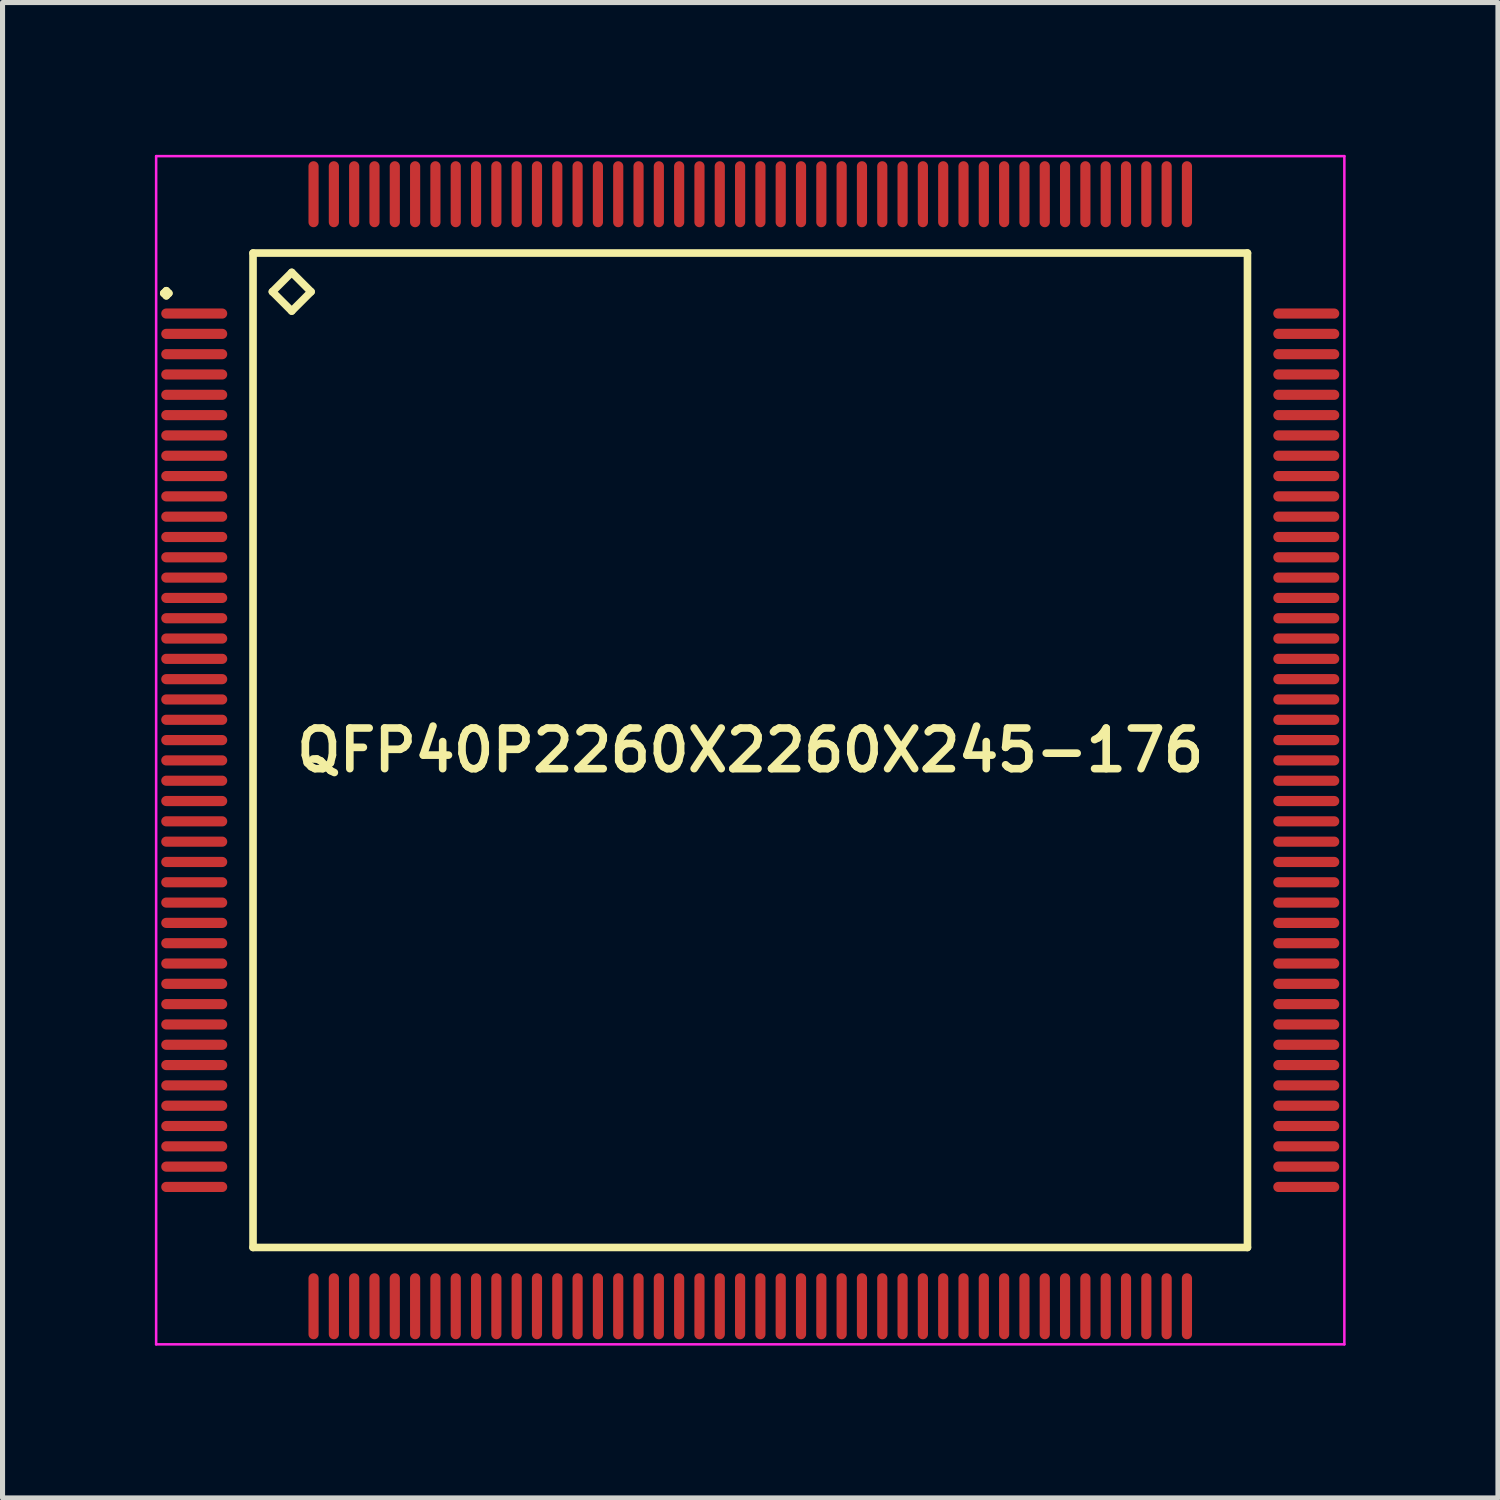
<source format=kicad_pcb>
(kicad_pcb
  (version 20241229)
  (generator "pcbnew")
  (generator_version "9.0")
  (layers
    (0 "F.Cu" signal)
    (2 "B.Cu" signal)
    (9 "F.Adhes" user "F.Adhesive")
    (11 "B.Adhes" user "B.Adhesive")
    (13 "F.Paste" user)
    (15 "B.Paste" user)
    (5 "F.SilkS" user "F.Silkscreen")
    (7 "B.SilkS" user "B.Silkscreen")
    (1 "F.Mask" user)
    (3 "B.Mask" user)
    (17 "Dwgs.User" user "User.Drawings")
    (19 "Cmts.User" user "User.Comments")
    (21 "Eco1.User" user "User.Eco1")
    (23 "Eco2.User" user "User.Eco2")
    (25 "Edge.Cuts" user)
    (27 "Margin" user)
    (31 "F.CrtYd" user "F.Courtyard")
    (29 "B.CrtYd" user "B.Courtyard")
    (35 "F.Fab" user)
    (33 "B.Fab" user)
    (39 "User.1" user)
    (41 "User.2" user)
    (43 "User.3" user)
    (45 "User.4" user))
  (footprint "QFP40P2260X2260X245-176"
    (layer "F.Cu")
    (at 11.725 11.725)
    (property "Reference" "QFP40P2260X2260X245-176" (at 0 0 0) (layer "F.SilkS") (effects (font (size 0.8 0.8) (thickness 0.15))))
    (attr smd)
    (fp_line (start -11.55 -9) (end -11.5 -9.05) (stroke (width 0.15) (type solid)) (layer "F.SilkS"))
    (fp_line (start -11.5 -9.05) (end -11.45 -9) (stroke (width 0.15) (type solid)) (layer "F.SilkS"))
    (fp_line (start -11.5 -8.95) (end -11.55 -9) (stroke (width 0.15) (type solid)) (layer "F.SilkS"))
    (fp_line (start -11.45 -9) (end -11.5 -8.95) (stroke (width 0.15) (type solid)) (layer "F.SilkS"))
    (fp_line (start -9.792 -9.792) (end -9.792 9.792) (stroke (width 0.15) (type solid)) (layer "F.SilkS"))
    (fp_line (start -9.792 9.792) (end 9.792 9.792) (stroke (width 0.15) (type solid)) (layer "F.SilkS"))
    (fp_line (start -9.411 -9.03) (end -9.03 -9.411) (stroke (width 0.15) (type solid)) (layer "F.SilkS"))
    (fp_line (start -9.03 -9.411) (end -8.649 -9.03) (stroke (width 0.15) (type solid)) (layer "F.SilkS"))
    (fp_line (start -9.03 -8.649) (end -9.411 -9.03) (stroke (width 0.15) (type solid)) (layer "F.SilkS"))
    (fp_line (start -8.649 -9.03) (end -9.03 -8.649) (stroke (width 0.15) (type solid)) (layer "F.SilkS"))
    (fp_line (start 9.792 -9.792) (end -9.792 -9.792) (stroke (width 0.15) (type solid)) (layer "F.SilkS"))
    (fp_line (start 9.792 9.792) (end 9.792 -9.792) (stroke (width 0.15) (type solid)) (layer "F.SilkS"))
    (fp_line (start -11.7 -11.7) (end 11.7 -11.7) (stroke (width 0.05) (type solid)) (layer "F.CrtYd"))
    (fp_line (start -11.7 11.7) (end -11.7 -11.7) (stroke (width 0.05) (type solid)) (layer "F.CrtYd"))
    (fp_line (start 11.7 -11.7) (end 11.7 11.7) (stroke (width 0.05) (type solid)) (layer "F.CrtYd"))
    (fp_line (start 11.7 11.7) (end -11.7 11.7) (stroke (width 0.05) (type solid)) (layer "F.CrtYd"))
    (pad "1" smd oval (at -10.95 -8.6) (size 1.3 0.2) (layers "F.Cu" "F.Mask" "F.Paste"))
    (pad "2" smd oval (at -10.95 -8.2) (size 1.3 0.2) (layers "F.Cu" "F.Mask" "F.Paste"))
    (pad "3" smd oval (at -10.95 -7.8) (size 1.3 0.2) (layers "F.Cu" "F.Mask" "F.Paste"))
    (pad "4" smd oval (at -10.95 -7.4) (size 1.3 0.2) (layers "F.Cu" "F.Mask" "F.Paste"))
    (pad "5" smd oval (at -10.95 -7) (size 1.3 0.2) (layers "F.Cu" "F.Mask" "F.Paste"))
    (pad "6" smd oval (at -10.95 -6.6) (size 1.3 0.2) (layers "F.Cu" "F.Mask" "F.Paste"))
    (pad "7" smd oval (at -10.95 -6.2) (size 1.3 0.2) (layers "F.Cu" "F.Mask" "F.Paste"))
    (pad "8" smd oval (at -10.95 -5.8) (size 1.3 0.2) (layers "F.Cu" "F.Mask" "F.Paste"))
    (pad "9" smd oval (at -10.95 -5.4) (size 1.3 0.2) (layers "F.Cu" "F.Mask" "F.Paste"))
    (pad "10" smd oval (at -10.95 -5) (size 1.3 0.2) (layers "F.Cu" "F.Mask" "F.Paste"))
    (pad "11" smd oval (at -10.95 -4.6) (size 1.3 0.2) (layers "F.Cu" "F.Mask" "F.Paste"))
    (pad "12" smd oval (at -10.95 -4.2) (size 1.3 0.2) (layers "F.Cu" "F.Mask" "F.Paste"))
    (pad "13" smd oval (at -10.95 -3.8) (size 1.3 0.2) (layers "F.Cu" "F.Mask" "F.Paste"))
    (pad "14" smd oval (at -10.95 -3.4) (size 1.3 0.2) (layers "F.Cu" "F.Mask" "F.Paste"))
    (pad "15" smd oval (at -10.95 -3) (size 1.3 0.2) (layers "F.Cu" "F.Mask" "F.Paste"))
    (pad "16" smd oval (at -10.95 -2.6) (size 1.3 0.2) (layers "F.Cu" "F.Mask" "F.Paste"))
    (pad "17" smd oval (at -10.95 -2.2) (size 1.3 0.2) (layers "F.Cu" "F.Mask" "F.Paste"))
    (pad "18" smd oval (at -10.95 -1.8) (size 1.3 0.2) (layers "F.Cu" "F.Mask" "F.Paste"))
    (pad "19" smd oval (at -10.95 -1.4) (size 1.3 0.2) (layers "F.Cu" "F.Mask" "F.Paste"))
    (pad "20" smd oval (at -10.95 -1) (size 1.3 0.2) (layers "F.Cu" "F.Mask" "F.Paste"))
    (pad "21" smd oval (at -10.95 -0.6) (size 1.3 0.2) (layers "F.Cu" "F.Mask" "F.Paste"))
    (pad "22" smd oval (at -10.95 -0.2) (size 1.3 0.2) (layers "F.Cu" "F.Mask" "F.Paste"))
    (pad "23" smd oval (at -10.95 0.2) (size 1.3 0.2) (layers "F.Cu" "F.Mask" "F.Paste"))
    (pad "24" smd oval (at -10.95 0.6) (size 1.3 0.2) (layers "F.Cu" "F.Mask" "F.Paste"))
    (pad "25" smd oval (at -10.95 1) (size 1.3 0.2) (layers "F.Cu" "F.Mask" "F.Paste"))
    (pad "26" smd oval (at -10.95 1.4) (size 1.3 0.2) (layers "F.Cu" "F.Mask" "F.Paste"))
    (pad "27" smd oval (at -10.95 1.8) (size 1.3 0.2) (layers "F.Cu" "F.Mask" "F.Paste"))
    (pad "28" smd oval (at -10.95 2.2) (size 1.3 0.2) (layers "F.Cu" "F.Mask" "F.Paste"))
    (pad "29" smd oval (at -10.95 2.6) (size 1.3 0.2) (layers "F.Cu" "F.Mask" "F.Paste"))
    (pad "30" smd oval (at -10.95 3) (size 1.3 0.2) (layers "F.Cu" "F.Mask" "F.Paste"))
    (pad "31" smd oval (at -10.95 3.4) (size 1.3 0.2) (layers "F.Cu" "F.Mask" "F.Paste"))
    (pad "32" smd oval (at -10.95 3.8) (size 1.3 0.2) (layers "F.Cu" "F.Mask" "F.Paste"))
    (pad "33" smd oval (at -10.95 4.2) (size 1.3 0.2) (layers "F.Cu" "F.Mask" "F.Paste"))
    (pad "34" smd oval (at -10.95 4.6) (size 1.3 0.2) (layers "F.Cu" "F.Mask" "F.Paste"))
    (pad "35" smd oval (at -10.95 5) (size 1.3 0.2) (layers "F.Cu" "F.Mask" "F.Paste"))
    (pad "36" smd oval (at -10.95 5.4) (size 1.3 0.2) (layers "F.Cu" "F.Mask" "F.Paste"))
    (pad "37" smd oval (at -10.95 5.8) (size 1.3 0.2) (layers "F.Cu" "F.Mask" "F.Paste"))
    (pad "38" smd oval (at -10.95 6.2) (size 1.3 0.2) (layers "F.Cu" "F.Mask" "F.Paste"))
    (pad "39" smd oval (at -10.95 6.6) (size 1.3 0.2) (layers "F.Cu" "F.Mask" "F.Paste"))
    (pad "40" smd oval (at -10.95 7) (size 1.3 0.2) (layers "F.Cu" "F.Mask" "F.Paste"))
    (pad "41" smd oval (at -10.95 7.4) (size 1.3 0.2) (layers "F.Cu" "F.Mask" "F.Paste"))
    (pad "42" smd oval (at -10.95 7.8) (size 1.3 0.2) (layers "F.Cu" "F.Mask" "F.Paste"))
    (pad "43" smd oval (at -10.95 8.2) (size 1.3 0.2) (layers "F.Cu" "F.Mask" "F.Paste"))
    (pad "44" smd oval (at -10.95 8.6) (size 1.3 0.2) (layers "F.Cu" "F.Mask" "F.Paste"))
    (pad "45" smd oval (at -8.6 10.95) (size 0.2 1.3) (layers "F.Cu" "F.Mask" "F.Paste"))
    (pad "46" smd oval (at -8.2 10.95) (size 0.2 1.3) (layers "F.Cu" "F.Mask" "F.Paste"))
    (pad "47" smd oval (at -7.8 10.95) (size 0.2 1.3) (layers "F.Cu" "F.Mask" "F.Paste"))
    (pad "48" smd oval (at -7.4 10.95) (size 0.2 1.3) (layers "F.Cu" "F.Mask" "F.Paste"))
    (pad "49" smd oval (at -7 10.95) (size 0.2 1.3) (layers "F.Cu" "F.Mask" "F.Paste"))
    (pad "50" smd oval (at -6.6 10.95) (size 0.2 1.3) (layers "F.Cu" "F.Mask" "F.Paste"))
    (pad "51" smd oval (at -6.2 10.95) (size 0.2 1.3) (layers "F.Cu" "F.Mask" "F.Paste"))
    (pad "52" smd oval (at -5.8 10.95) (size 0.2 1.3) (layers "F.Cu" "F.Mask" "F.Paste"))
    (pad "53" smd oval (at -5.4 10.95) (size 0.2 1.3) (layers "F.Cu" "F.Mask" "F.Paste"))
    (pad "54" smd oval (at -5 10.95) (size 0.2 1.3) (layers "F.Cu" "F.Mask" "F.Paste"))
    (pad "55" smd oval (at -4.6 10.95) (size 0.2 1.3) (layers "F.Cu" "F.Mask" "F.Paste"))
    (pad "56" smd oval (at -4.2 10.95) (size 0.2 1.3) (layers "F.Cu" "F.Mask" "F.Paste"))
    (pad "57" smd oval (at -3.8 10.95) (size 0.2 1.3) (layers "F.Cu" "F.Mask" "F.Paste"))
    (pad "58" smd oval (at -3.4 10.95) (size 0.2 1.3) (layers "F.Cu" "F.Mask" "F.Paste"))
    (pad "59" smd oval (at -3 10.95) (size 0.2 1.3) (layers "F.Cu" "F.Mask" "F.Paste"))
    (pad "60" smd oval (at -2.6 10.95) (size 0.2 1.3) (layers "F.Cu" "F.Mask" "F.Paste"))
    (pad "61" smd oval (at -2.2 10.95) (size 0.2 1.3) (layers "F.Cu" "F.Mask" "F.Paste"))
    (pad "62" smd oval (at -1.8 10.95) (size 0.2 1.3) (layers "F.Cu" "F.Mask" "F.Paste"))
    (pad "63" smd oval (at -1.4 10.95) (size 0.2 1.3) (layers "F.Cu" "F.Mask" "F.Paste"))
    (pad "64" smd oval (at -1 10.95) (size 0.2 1.3) (layers "F.Cu" "F.Mask" "F.Paste"))
    (pad "65" smd oval (at -0.6 10.95) (size 0.2 1.3) (layers "F.Cu" "F.Mask" "F.Paste"))
    (pad "66" smd oval (at -0.2 10.95) (size 0.2 1.3) (layers "F.Cu" "F.Mask" "F.Paste"))
    (pad "67" smd oval (at 0.2 10.95) (size 0.2 1.3) (layers "F.Cu" "F.Mask" "F.Paste"))
    (pad "68" smd oval (at 0.6 10.95) (size 0.2 1.3) (layers "F.Cu" "F.Mask" "F.Paste"))
    (pad "69" smd oval (at 1 10.95) (size 0.2 1.3) (layers "F.Cu" "F.Mask" "F.Paste"))
    (pad "70" smd oval (at 1.4 10.95) (size 0.2 1.3) (layers "F.Cu" "F.Mask" "F.Paste"))
    (pad "71" smd oval (at 1.8 10.95) (size 0.2 1.3) (layers "F.Cu" "F.Mask" "F.Paste"))
    (pad "72" smd oval (at 2.2 10.95) (size 0.2 1.3) (layers "F.Cu" "F.Mask" "F.Paste"))
    (pad "73" smd oval (at 2.6 10.95) (size 0.2 1.3) (layers "F.Cu" "F.Mask" "F.Paste"))
    (pad "74" smd oval (at 3 10.95) (size 0.2 1.3) (layers "F.Cu" "F.Mask" "F.Paste"))
    (pad "75" smd oval (at 3.4 10.95) (size 0.2 1.3) (layers "F.Cu" "F.Mask" "F.Paste"))
    (pad "76" smd oval (at 3.8 10.95) (size 0.2 1.3) (layers "F.Cu" "F.Mask" "F.Paste"))
    (pad "77" smd oval (at 4.2 10.95) (size 0.2 1.3) (layers "F.Cu" "F.Mask" "F.Paste"))
    (pad "78" smd oval (at 4.6 10.95) (size 0.2 1.3) (layers "F.Cu" "F.Mask" "F.Paste"))
    (pad "79" smd oval (at 5 10.95) (size 0.2 1.3) (layers "F.Cu" "F.Mask" "F.Paste"))
    (pad "80" smd oval (at 5.4 10.95) (size 0.2 1.3) (layers "F.Cu" "F.Mask" "F.Paste"))
    (pad "81" smd oval (at 5.8 10.95) (size 0.2 1.3) (layers "F.Cu" "F.Mask" "F.Paste"))
    (pad "82" smd oval (at 6.2 10.95) (size 0.2 1.3) (layers "F.Cu" "F.Mask" "F.Paste"))
    (pad "83" smd oval (at 6.6 10.95) (size 0.2 1.3) (layers "F.Cu" "F.Mask" "F.Paste"))
    (pad "84" smd oval (at 7 10.95) (size 0.2 1.3) (layers "F.Cu" "F.Mask" "F.Paste"))
    (pad "85" smd oval (at 7.4 10.95) (size 0.2 1.3) (layers "F.Cu" "F.Mask" "F.Paste"))
    (pad "86" smd oval (at 7.8 10.95) (size 0.2 1.3) (layers "F.Cu" "F.Mask" "F.Paste"))
    (pad "87" smd oval (at 8.2 10.95) (size 0.2 1.3) (layers "F.Cu" "F.Mask" "F.Paste"))
    (pad "88" smd oval (at 8.6 10.95) (size 0.2 1.3) (layers "F.Cu" "F.Mask" "F.Paste"))
    (pad "89" smd oval (at 10.95 8.6) (size 1.3 0.2) (layers "F.Cu" "F.Mask" "F.Paste"))
    (pad "90" smd oval (at 10.95 8.2) (size 1.3 0.2) (layers "F.Cu" "F.Mask" "F.Paste"))
    (pad "91" smd oval (at 10.95 7.8) (size 1.3 0.2) (layers "F.Cu" "F.Mask" "F.Paste"))
    (pad "92" smd oval (at 10.95 7.4) (size 1.3 0.2) (layers "F.Cu" "F.Mask" "F.Paste"))
    (pad "93" smd oval (at 10.95 7) (size 1.3 0.2) (layers "F.Cu" "F.Mask" "F.Paste"))
    (pad "94" smd oval (at 10.95 6.6) (size 1.3 0.2) (layers "F.Cu" "F.Mask" "F.Paste"))
    (pad "95" smd oval (at 10.95 6.2) (size 1.3 0.2) (layers "F.Cu" "F.Mask" "F.Paste"))
    (pad "96" smd oval (at 10.95 5.8) (size 1.3 0.2) (layers "F.Cu" "F.Mask" "F.Paste"))
    (pad "97" smd oval (at 10.95 5.4) (size 1.3 0.2) (layers "F.Cu" "F.Mask" "F.Paste"))
    (pad "98" smd oval (at 10.95 5) (size 1.3 0.2) (layers "F.Cu" "F.Mask" "F.Paste"))
    (pad "99" smd oval (at 10.95 4.6) (size 1.3 0.2) (layers "F.Cu" "F.Mask" "F.Paste"))
    (pad "100" smd oval (at 10.95 4.2) (size 1.3 0.2) (layers "F.Cu" "F.Mask" "F.Paste"))
    (pad "101" smd oval (at 10.95 3.8) (size 1.3 0.2) (layers "F.Cu" "F.Mask" "F.Paste"))
    (pad "102" smd oval (at 10.95 3.4) (size 1.3 0.2) (layers "F.Cu" "F.Mask" "F.Paste"))
    (pad "103" smd oval (at 10.95 3) (size 1.3 0.2) (layers "F.Cu" "F.Mask" "F.Paste"))
    (pad "104" smd oval (at 10.95 2.6) (size 1.3 0.2) (layers "F.Cu" "F.Mask" "F.Paste"))
    (pad "105" smd oval (at 10.95 2.2) (size 1.3 0.2) (layers "F.Cu" "F.Mask" "F.Paste"))
    (pad "106" smd oval (at 10.95 1.8) (size 1.3 0.2) (layers "F.Cu" "F.Mask" "F.Paste"))
    (pad "107" smd oval (at 10.95 1.4) (size 1.3 0.2) (layers "F.Cu" "F.Mask" "F.Paste"))
    (pad "108" smd oval (at 10.95 1) (size 1.3 0.2) (layers "F.Cu" "F.Mask" "F.Paste"))
    (pad "109" smd oval (at 10.95 0.6) (size 1.3 0.2) (layers "F.Cu" "F.Mask" "F.Paste"))
    (pad "110" smd oval (at 10.95 0.2) (size 1.3 0.2) (layers "F.Cu" "F.Mask" "F.Paste"))
    (pad "111" smd oval (at 10.95 -0.2) (size 1.3 0.2) (layers "F.Cu" "F.Mask" "F.Paste"))
    (pad "112" smd oval (at 10.95 -0.6) (size 1.3 0.2) (layers "F.Cu" "F.Mask" "F.Paste"))
    (pad "113" smd oval (at 10.95 -1) (size 1.3 0.2) (layers "F.Cu" "F.Mask" "F.Paste"))
    (pad "114" smd oval (at 10.95 -1.4) (size 1.3 0.2) (layers "F.Cu" "F.Mask" "F.Paste"))
    (pad "115" smd oval (at 10.95 -1.8) (size 1.3 0.2) (layers "F.Cu" "F.Mask" "F.Paste"))
    (pad "116" smd oval (at 10.95 -2.2) (size 1.3 0.2) (layers "F.Cu" "F.Mask" "F.Paste"))
    (pad "117" smd oval (at 10.95 -2.6) (size 1.3 0.2) (layers "F.Cu" "F.Mask" "F.Paste"))
    (pad "118" smd oval (at 10.95 -3) (size 1.3 0.2) (layers "F.Cu" "F.Mask" "F.Paste"))
    (pad "119" smd oval (at 10.95 -3.4) (size 1.3 0.2) (layers "F.Cu" "F.Mask" "F.Paste"))
    (pad "120" smd oval (at 10.95 -3.8) (size 1.3 0.2) (layers "F.Cu" "F.Mask" "F.Paste"))
    (pad "121" smd oval (at 10.95 -4.2) (size 1.3 0.2) (layers "F.Cu" "F.Mask" "F.Paste"))
    (pad "122" smd oval (at 10.95 -4.6) (size 1.3 0.2) (layers "F.Cu" "F.Mask" "F.Paste"))
    (pad "123" smd oval (at 10.95 -5) (size 1.3 0.2) (layers "F.Cu" "F.Mask" "F.Paste"))
    (pad "124" smd oval (at 10.95 -5.4) (size 1.3 0.2) (layers "F.Cu" "F.Mask" "F.Paste"))
    (pad "125" smd oval (at 10.95 -5.8) (size 1.3 0.2) (layers "F.Cu" "F.Mask" "F.Paste"))
    (pad "126" smd oval (at 10.95 -6.2) (size 1.3 0.2) (layers "F.Cu" "F.Mask" "F.Paste"))
    (pad "127" smd oval (at 10.95 -6.6) (size 1.3 0.2) (layers "F.Cu" "F.Mask" "F.Paste"))
    (pad "128" smd oval (at 10.95 -7) (size 1.3 0.2) (layers "F.Cu" "F.Mask" "F.Paste"))
    (pad "129" smd oval (at 10.95 -7.4) (size 1.3 0.2) (layers "F.Cu" "F.Mask" "F.Paste"))
    (pad "130" smd oval (at 10.95 -7.8) (size 1.3 0.2) (layers "F.Cu" "F.Mask" "F.Paste"))
    (pad "131" smd oval (at 10.95 -8.2) (size 1.3 0.2) (layers "F.Cu" "F.Mask" "F.Paste"))
    (pad "132" smd oval (at 10.95 -8.6) (size 1.3 0.2) (layers "F.Cu" "F.Mask" "F.Paste"))
    (pad "133" smd oval (at 8.6 -10.95) (size 0.2 1.3) (layers "F.Cu" "F.Mask" "F.Paste"))
    (pad "134" smd oval (at 8.2 -10.95) (size 0.2 1.3) (layers "F.Cu" "F.Mask" "F.Paste"))
    (pad "135" smd oval (at 7.8 -10.95) (size 0.2 1.3) (layers "F.Cu" "F.Mask" "F.Paste"))
    (pad "136" smd oval (at 7.4 -10.95) (size 0.2 1.3) (layers "F.Cu" "F.Mask" "F.Paste"))
    (pad "137" smd oval (at 7 -10.95) (size 0.2 1.3) (layers "F.Cu" "F.Mask" "F.Paste"))
    (pad "138" smd oval (at 6.6 -10.95) (size 0.2 1.3) (layers "F.Cu" "F.Mask" "F.Paste"))
    (pad "139" smd oval (at 6.2 -10.95) (size 0.2 1.3) (layers "F.Cu" "F.Mask" "F.Paste"))
    (pad "140" smd oval (at 5.8 -10.95) (size 0.2 1.3) (layers "F.Cu" "F.Mask" "F.Paste"))
    (pad "141" smd oval (at 5.4 -10.95) (size 0.2 1.3) (layers "F.Cu" "F.Mask" "F.Paste"))
    (pad "142" smd oval (at 5 -10.95) (size 0.2 1.3) (layers "F.Cu" "F.Mask" "F.Paste"))
    (pad "143" smd oval (at 4.6 -10.95) (size 0.2 1.3) (layers "F.Cu" "F.Mask" "F.Paste"))
    (pad "144" smd oval (at 4.2 -10.95) (size 0.2 1.3) (layers "F.Cu" "F.Mask" "F.Paste"))
    (pad "145" smd oval (at 3.8 -10.95) (size 0.2 1.3) (layers "F.Cu" "F.Mask" "F.Paste"))
    (pad "146" smd oval (at 3.4 -10.95) (size 0.2 1.3) (layers "F.Cu" "F.Mask" "F.Paste"))
    (pad "147" smd oval (at 3 -10.95) (size 0.2 1.3) (layers "F.Cu" "F.Mask" "F.Paste"))
    (pad "148" smd oval (at 2.6 -10.95) (size 0.2 1.3) (layers "F.Cu" "F.Mask" "F.Paste"))
    (pad "149" smd oval (at 2.2 -10.95) (size 0.2 1.3) (layers "F.Cu" "F.Mask" "F.Paste"))
    (pad "150" smd oval (at 1.8 -10.95) (size 0.2 1.3) (layers "F.Cu" "F.Mask" "F.Paste"))
    (pad "151" smd oval (at 1.4 -10.95) (size 0.2 1.3) (layers "F.Cu" "F.Mask" "F.Paste"))
    (pad "152" smd oval (at 1 -10.95) (size 0.2 1.3) (layers "F.Cu" "F.Mask" "F.Paste"))
    (pad "153" smd oval (at 0.6 -10.95) (size 0.2 1.3) (layers "F.Cu" "F.Mask" "F.Paste"))
    (pad "154" smd oval (at 0.2 -10.95) (size 0.2 1.3) (layers "F.Cu" "F.Mask" "F.Paste"))
    (pad "155" smd oval (at -0.2 -10.95) (size 0.2 1.3) (layers "F.Cu" "F.Mask" "F.Paste"))
    (pad "156" smd oval (at -0.6 -10.95) (size 0.2 1.3) (layers "F.Cu" "F.Mask" "F.Paste"))
    (pad "157" smd oval (at -1 -10.95) (size 0.2 1.3) (layers "F.Cu" "F.Mask" "F.Paste"))
    (pad "158" smd oval (at -1.4 -10.95) (size 0.2 1.3) (layers "F.Cu" "F.Mask" "F.Paste"))
    (pad "159" smd oval (at -1.8 -10.95) (size 0.2 1.3) (layers "F.Cu" "F.Mask" "F.Paste"))
    (pad "160" smd oval (at -2.2 -10.95) (size 0.2 1.3) (layers "F.Cu" "F.Mask" "F.Paste"))
    (pad "161" smd oval (at -2.6 -10.95) (size 0.2 1.3) (layers "F.Cu" "F.Mask" "F.Paste"))
    (pad "162" smd oval (at -3 -10.95) (size 0.2 1.3) (layers "F.Cu" "F.Mask" "F.Paste"))
    (pad "163" smd oval (at -3.4 -10.95) (size 0.2 1.3) (layers "F.Cu" "F.Mask" "F.Paste"))
    (pad "164" smd oval (at -3.8 -10.95) (size 0.2 1.3) (layers "F.Cu" "F.Mask" "F.Paste"))
    (pad "165" smd oval (at -4.2 -10.95) (size 0.2 1.3) (layers "F.Cu" "F.Mask" "F.Paste"))
    (pad "166" smd oval (at -4.6 -10.95) (size 0.2 1.3) (layers "F.Cu" "F.Mask" "F.Paste"))
    (pad "167" smd oval (at -5 -10.95) (size 0.2 1.3) (layers "F.Cu" "F.Mask" "F.Paste"))
    (pad "168" smd oval (at -5.4 -10.95) (size 0.2 1.3) (layers "F.Cu" "F.Mask" "F.Paste"))
    (pad "169" smd oval (at -5.8 -10.95) (size 0.2 1.3) (layers "F.Cu" "F.Mask" "F.Paste"))
    (pad "170" smd oval (at -6.2 -10.95) (size 0.2 1.3) (layers "F.Cu" "F.Mask" "F.Paste"))
    (pad "171" smd oval (at -6.6 -10.95) (size 0.2 1.3) (layers "F.Cu" "F.Mask" "F.Paste"))
    (pad "172" smd oval (at -7 -10.95) (size 0.2 1.3) (layers "F.Cu" "F.Mask" "F.Paste"))
    (pad "173" smd oval (at -7.4 -10.95) (size 0.2 1.3) (layers "F.Cu" "F.Mask" "F.Paste"))
    (pad "174" smd oval (at -7.8 -10.95) (size 0.2 1.3) (layers "F.Cu" "F.Mask" "F.Paste"))
    (pad "175" smd oval (at -8.2 -10.95) (size 0.2 1.3) (layers "F.Cu" "F.Mask" "F.Paste"))
    (pad "176" smd oval (at -8.6 -10.95) (size 0.2 1.3) (layers "F.Cu" "F.Mask" "F.Paste")))
  (gr_rect
    (start -3 -3)
    (end 26.45 26.45)
    (stroke (width 0.1) (type default))
    (fill no)
    (layer "Edge.Cuts")))
</source>
